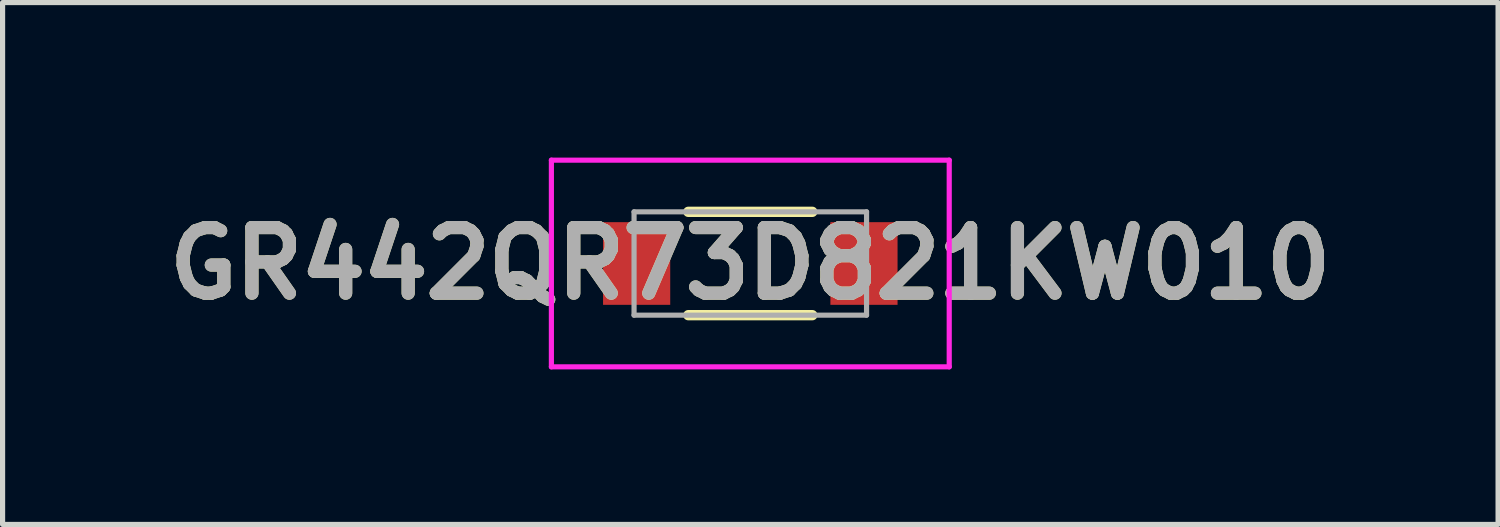
<source format=kicad_pcb>
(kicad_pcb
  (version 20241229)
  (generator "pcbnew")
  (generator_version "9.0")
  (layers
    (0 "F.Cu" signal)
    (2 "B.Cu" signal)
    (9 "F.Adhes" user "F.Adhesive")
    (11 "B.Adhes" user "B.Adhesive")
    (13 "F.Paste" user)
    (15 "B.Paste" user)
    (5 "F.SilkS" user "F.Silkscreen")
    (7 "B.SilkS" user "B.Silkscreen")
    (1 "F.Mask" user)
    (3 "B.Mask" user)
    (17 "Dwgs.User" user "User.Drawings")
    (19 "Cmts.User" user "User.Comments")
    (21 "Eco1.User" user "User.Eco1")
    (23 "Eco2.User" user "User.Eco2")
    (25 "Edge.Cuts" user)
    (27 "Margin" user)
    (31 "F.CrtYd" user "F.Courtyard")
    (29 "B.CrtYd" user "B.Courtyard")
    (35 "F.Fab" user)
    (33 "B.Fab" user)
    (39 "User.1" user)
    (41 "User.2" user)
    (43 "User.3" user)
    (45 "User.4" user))
  (footprint "GR442QR73D821KW010"
    (layer "F.Cu")
    (at 11.472 2.05)
    (property "Reference" "GR442QR73D821KW010" (at 0 0 0) (layer "F.SilkS") (effects (font (size 1.27 1.27) (thickness 0.254))))
    (attr smd)
    (fp_line (start -3.4 0) (end -3.4 0) (stroke (width 0.1) (type solid)) (layer "F.SilkS"))
    (fp_line (start -3.3 0) (end -3.3 0) (stroke (width 0.1) (type solid)) (layer "F.SilkS"))
    (fp_line (start -1.2 -1) (end 1.2 -1) (stroke (width 0.2) (type solid)) (layer "F.SilkS"))
    (fp_line (start -1.2 1) (end 1.2 1) (stroke (width 0.2) (type solid)) (layer "F.SilkS"))
    (fp_arc (start -3.4 0) (mid -3.35 -0.05) (end -3.3 0) (stroke (width 0.1) (type solid)) (layer "F.SilkS"))
    (fp_arc (start -3.3 0) (mid -3.35 0.05) (end -3.4 0) (stroke (width 0.1) (type solid)) (layer "F.SilkS"))
    (fp_line (start -3.85 -2) (end 3.85 -2) (stroke (width 0.1) (type solid)) (layer "F.CrtYd"))
    (fp_line (start -3.85 2) (end -3.85 -2) (stroke (width 0.1) (type solid)) (layer "F.CrtYd"))
    (fp_line (start 3.85 -2) (end 3.85 2) (stroke (width 0.1) (type solid)) (layer "F.CrtYd"))
    (fp_line (start 3.85 2) (end -3.85 2) (stroke (width 0.1) (type solid)) (layer "F.CrtYd"))
    (fp_line (start -2.25 -1) (end 2.25 -1) (stroke (width 0.1) (type solid)) (layer "F.Fab"))
    (fp_line (start -2.25 1) (end -2.25 -1) (stroke (width 0.1) (type solid)) (layer "F.Fab"))
    (fp_line (start 2.25 -1) (end 2.25 1) (stroke (width 0.1) (type solid)) (layer "F.Fab"))
    (fp_line (start 2.25 1) (end -2.25 1) (stroke (width 0.1) (type solid)) (layer "F.Fab"))
    (fp_text user "${REFERENCE}" (at 0 0 0) (layer "F.Fab") (effects (font (size 1.27 1.27) (thickness 0.254))))
    (pad "1" smd rect (at -2.2 0) (size 1.3 1.6) (layers "F.Cu" "F.Mask" "F.Paste"))
    (pad "2" smd rect (at 2.2 0) (size 1.3 1.6) (layers "F.Cu" "F.Mask" "F.Paste")))
  (gr_rect
    (start -3 -3)
    (end 25.945 7.1)
    (stroke (width 0.1) (type default))
    (fill no)
    (layer "Edge.Cuts")))
</source>
